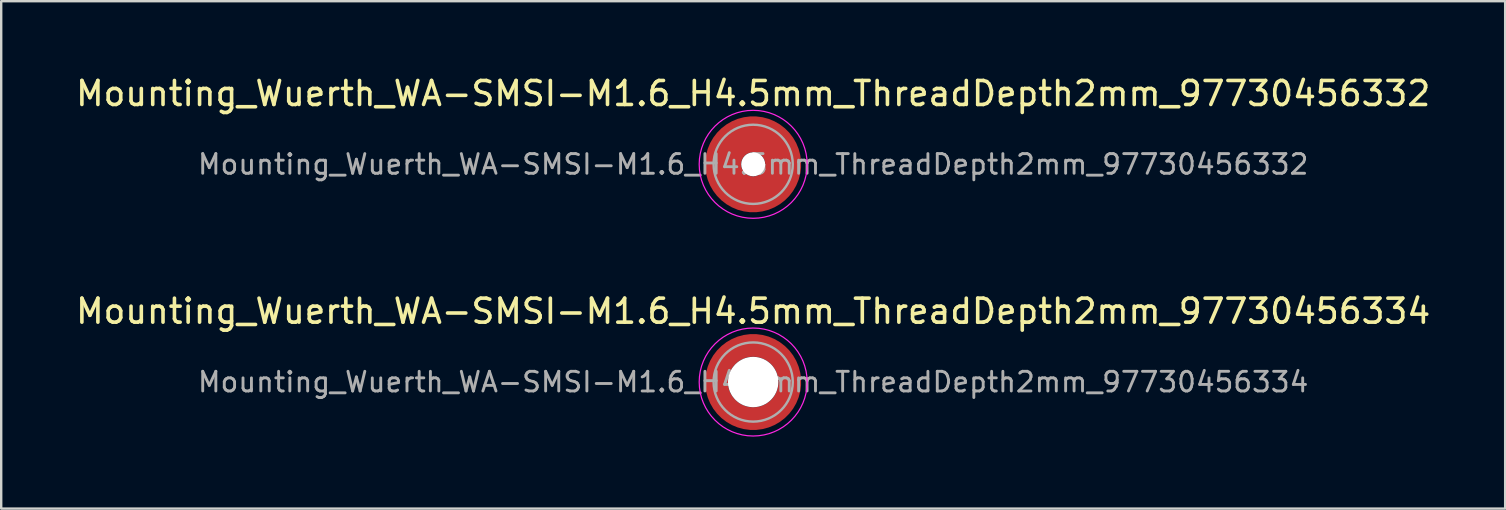
<source format=kicad_pcb>
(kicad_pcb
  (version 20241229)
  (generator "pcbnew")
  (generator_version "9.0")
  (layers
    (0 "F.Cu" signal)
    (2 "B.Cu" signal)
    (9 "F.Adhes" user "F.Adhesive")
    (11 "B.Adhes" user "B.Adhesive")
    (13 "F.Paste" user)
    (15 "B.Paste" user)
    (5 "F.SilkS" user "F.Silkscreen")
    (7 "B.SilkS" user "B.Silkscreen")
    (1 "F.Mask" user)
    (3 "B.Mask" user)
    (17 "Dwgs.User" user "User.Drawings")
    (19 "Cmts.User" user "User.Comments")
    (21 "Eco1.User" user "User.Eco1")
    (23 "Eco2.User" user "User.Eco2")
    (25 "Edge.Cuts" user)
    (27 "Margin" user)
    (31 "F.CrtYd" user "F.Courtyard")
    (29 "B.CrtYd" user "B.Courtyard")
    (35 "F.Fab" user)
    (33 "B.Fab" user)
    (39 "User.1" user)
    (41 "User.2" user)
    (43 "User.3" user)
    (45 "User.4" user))
  (footprint "Mounting_Wuerth_WA-SMSI-M1.6_H4.5mm_ThreadDepth2mm_97730456334"
    (layer "F.Cu")
    (at 28.339 12.871)
    (property "Reference" "Mounting_Wuerth_WA-SMSI-M1.6_H4.5mm_ThreadDepth2mm_97730456334" (at 0 -2.95 0) (layer "F.SilkS") (effects (font (size 1 1) (thickness 0.15))))
    (attr smd)
    (fp_circle (center 0 0) (end 2.25 0) (stroke (width 0.05) (type solid)) (fill no) (layer "F.CrtYd"))
    (fp_circle (center 0 0) (end 1.65 0) (stroke (width 0.1) (type solid)) (fill no) (layer "F.Fab"))
    (fp_text user "${REFERENCE}" (at 0 0 0) (layer "F.Fab") (effects (font (size 0.82 0.82) (thickness 0.12))))
    (pad "" smd custom (at -1.061 -1.061) (size 0.4 0.4) (layers "F.Paste") (options (anchor circle)) (primitives (gr_arc (start -0.101235 0.76066) (mid 0.212132 0.212132) (end 0.76066 -0.101235) (width 0.2)) (gr_arc (start -0.204251 0.76066) (mid 0.141421 0.141421) (end 0.76066 -0.204251) (width 0.2)) (gr_arc (start -0.306819 0.76066) (mid 0.070711 0.070711) (end 0.76066 -0.306819) (width 0.2)) (gr_arc (start -0.409034 0.76066) (mid 0 0) (end 0.76066 -0.409034) (width 0.2)) (gr_arc (start -0.510963 0.76066) (mid -0.070711 -0.070711) (end 0.76066 -0.510963) (width 0.2)) (gr_arc (start -0.61266 0.76066) (mid -0.141421 -0.141421) (end 0.76066 -0.61266) (width 0.2)) (gr_arc (start -0.714164 0.76066) (mid -0.212132 -0.212132) (end 0.76066 -0.714164) (width 0.2)) (gr_line (start 0.761 -0.101) (end 0.761 -0.714) (width 0.2)) (gr_line (start -0.101 0.761) (end -0.714 0.761) (width 0.2))))
    (pad "" smd custom (at -1.061 1.061) (size 0.4 0.4) (layers "F.Paste") (options (anchor circle)) (primitives (gr_arc (start 0.76066 0.101235) (mid 0.212132 -0.212132) (end -0.101235 -0.76066) (width 0.2)) (gr_arc (start 0.76066 0.204251) (mid 0.141421 -0.141421) (end -0.204251 -0.76066) (width 0.2)) (gr_arc (start 0.76066 0.306819) (mid 0.070711 -0.070711) (end -0.306819 -0.76066) (width 0.2)) (gr_arc (start 0.76066 0.409034) (mid 0 0) (end -0.409034 -0.76066) (width 0.2)) (gr_arc (start 0.76066 0.510963) (mid -0.070711 0.070711) (end -0.510963 -0.76066) (width 0.2)) (gr_arc (start 0.76066 0.61266) (mid -0.141421 0.141421) (end -0.61266 -0.76066) (width 0.2)) (gr_arc (start 0.76066 0.714164) (mid -0.212132 0.212132) (end -0.714164 -0.76066) (width 0.2)) (gr_line (start -0.101 -0.761) (end -0.714 -0.761) (width 0.2)) (gr_line (start 0.761 0.101) (end 0.761 0.714) (width 0.2))))
    (pad "" np_thru_hole circle (at 0 0) (size 2.1 2.1) (drill 2.1) (layers "*.Cu" "*.Mask"))
    (pad "" smd custom (at 1.061 -1.061) (size 0.4 0.4) (layers "F.Paste") (options (anchor circle)) (primitives (gr_arc (start -0.76066 -0.101235) (mid -0.212132 0.212132) (end 0.101235 0.76066) (width 0.2)) (gr_arc (start -0.76066 -0.204251) (mid -0.141421 0.141421) (end 0.204251 0.76066) (width 0.2)) (gr_arc (start -0.76066 -0.306819) (mid -0.070711 0.070711) (end 0.306819 0.76066) (width 0.2)) (gr_arc (start -0.76066 -0.409034) (mid 0 0) (end 0.409034 0.76066) (width 0.2)) (gr_arc (start -0.76066 -0.510963) (mid 0.070711 -0.070711) (end 0.510963 0.76066) (width 0.2)) (gr_arc (start -0.76066 -0.61266) (mid 0.141421 -0.141421) (end 0.61266 0.76066) (width 0.2)) (gr_arc (start -0.76066 -0.714164) (mid 0.212132 -0.212132) (end 0.714164 0.76066) (width 0.2)) (gr_line (start 0.101 0.761) (end 0.714 0.761) (width 0.2)) (gr_line (start -0.761 -0.101) (end -0.761 -0.714) (width 0.2))))
    (pad "" smd custom (at 1.061 1.061) (size 0.4 0.4) (layers "F.Paste") (options (anchor circle)) (primitives (gr_arc (start 0.101235 -0.76066) (mid -0.212132 -0.212132) (end -0.76066 0.101235) (width 0.2)) (gr_arc (start 0.204251 -0.76066) (mid -0.141421 -0.141421) (end -0.76066 0.204251) (width 0.2)) (gr_arc (start 0.306819 -0.76066) (mid -0.070711 -0.070711) (end -0.76066 0.306819) (width 0.2)) (gr_arc (start 0.409034 -0.76066) (mid 0 0) (end -0.76066 0.409034) (width 0.2)) (gr_arc (start 0.510963 -0.76066) (mid 0.070711 0.070711) (end -0.76066 0.510963) (width 0.2)) (gr_arc (start 0.61266 -0.76066) (mid 0.141421 0.141421) (end -0.76066 0.61266) (width 0.2)) (gr_arc (start 0.714164 -0.76066) (mid 0.212132 0.212132) (end -0.76066 0.714164) (width 0.2)) (gr_line (start -0.761 0.101) (end -0.761 0.714) (width 0.2)) (gr_line (start 0.101 -0.761) (end 0.714 -0.761) (width 0.2))))
    (pad "1" smd circle (at -1.525 0) (size 0.55 0.55) (layers "F.Cu"))
    (pad "1" smd circle (at 0 -1.525) (size 0.55 0.55) (layers "F.Cu"))
    (pad "1" smd circle (at 0 1.525) (size 0.55 0.55) (layers "F.Cu"))
    (pad "1" smd custom (at 1.525 0) (size 0.55 0.55) (layers "F.Cu" "F.Mask") (options (anchor circle)) (primitives (gr_circle (center -1.525 0) (end 0 0) (width 0.95) (fill no)))))
  (footprint "Mounting_Wuerth_WA-SMSI-M1.6_H4.5mm_ThreadDepth2mm_97730456332"
    (layer "F.Cu")
    (at 28.339 3.798)
    (property "Reference" "Mounting_Wuerth_WA-SMSI-M1.6_H4.5mm_ThreadDepth2mm_97730456332" (at 0 -2.95 0) (layer "F.SilkS") (effects (font (size 1 1) (thickness 0.15))))
    (attr smd)
    (fp_circle (center 0 0) (end 2.25 0) (stroke (width 0.05) (type solid)) (fill no) (layer "F.CrtYd"))
    (fp_circle (center 0 0) (end 1.65 0) (stroke (width 0.1) (type solid)) (fill no) (layer "F.Fab"))
    (fp_text user "${REFERENCE}" (at 0 0 0) (layer "F.Fab") (effects (font (size 0.82 0.82) (thickness 0.12))))
    (pad "" smd custom (at 0 -1.25) (size 0.9 0.9) (layers "F.Paste") (options (anchor circle)) (primitives (gr_arc (start -0.259808 0.6) (mid 0 0.55) (end 0.259807 0.6) (width 0.2)) (gr_arc (start -0.466369 0.6) (mid 0 0.45) (end 0.466369 0.6) (width 0.2)) (gr_arc (start -0.622495 0.6) (mid 0 0.35) (end 0.622495 0.6) (width 0.2)) (gr_arc (start -0.759934 0.6) (mid 0 0.25) (end 0.759934 0.6) (width 0.2)) (gr_arc (start -0.887412 0.6) (mid 0 0.15) (end 0.887412 0.6) (width 0.2)) (gr_arc (start -1.008712 0.6) (mid 0 0.05) (end 1.008712 0.6) (width 0.2)) (gr_arc (start -1.125833 0.6) (mid 0 -0.05) (end 1.125833 0.6) (width 0.2)) (gr_arc (start -1.23996 0.6) (mid 0 -0.15) (end 1.23996 0.6) (width 0.2)) (gr_arc (start -1.351851 0.6) (mid 0 -0.25) (end 1.351851 0.6) (width 0.2)) (gr_arc (start -1.462019 0.6) (mid 0 -0.35) (end 1.462019 0.6) (width 0.2)) (gr_arc (start -1.570828 0.6) (mid 0 -0.45) (end 1.570828 0.6) (width 0.2)) (gr_arc (start -1.678541 0.6) (mid 0 -0.55) (end 1.678541 0.6) (width 0.2)) (gr_line (start 0.26 0.6) (end 1.679 0.6) (width 0.2)) (gr_line (start -0.26 0.6) (end -1.679 0.6) (width 0.2))))
    (pad "" np_thru_hole circle (at 0 0) (size 1 1) (drill 1) (layers "*.Cu" "*.Mask"))
    (pad "" smd custom (at 0 1.25) (size 0.9 0.9) (layers "F.Paste") (options (anchor circle)) (primitives (gr_arc (start 0.259808 -0.6) (mid 0 -0.55) (end -0.259807 -0.6) (width 0.2)) (gr_arc (start 0.466369 -0.6) (mid 0 -0.45) (end -0.466369 -0.6) (width 0.2)) (gr_arc (start 0.622495 -0.6) (mid 0 -0.35) (end -0.622495 -0.6) (width 0.2)) (gr_arc (start 0.759934 -0.6) (mid 0 -0.25) (end -0.759934 -0.6) (width 0.2)) (gr_arc (start 0.887412 -0.6) (mid 0 -0.15) (end -0.887412 -0.6) (width 0.2)) (gr_arc (start 1.008712 -0.6) (mid 0 -0.05) (end -1.008712 -0.6) (width 0.2)) (gr_arc (start 1.125833 -0.6) (mid 0 0.05) (end -1.125833 -0.6) (width 0.2)) (gr_arc (start 1.23996 -0.6) (mid 0 0.15) (end -1.23996 -0.6) (width 0.2)) (gr_arc (start 1.351851 -0.6) (mid 0 0.25) (end -1.351851 -0.6) (width 0.2)) (gr_arc (start 1.462019 -0.6) (mid 0 0.35) (end -1.462019 -0.6) (width 0.2)) (gr_arc (start 1.570828 -0.6) (mid 0 0.45) (end -1.570828 -0.6) (width 0.2)) (gr_arc (start 1.678541 -0.6) (mid 0 0.55) (end -1.678541 -0.6) (width 0.2)) (gr_line (start -0.26 -0.6) (end -1.679 -0.6) (width 0.2)) (gr_line (start 0.26 -0.6) (end 1.679 -0.6) (width 0.2))))
    (pad "1" smd circle (at -1.25 0) (size 1.1 1.1) (layers "F.Cu"))
    (pad "1" smd circle (at 0 -1.25) (size 1.1 1.1) (layers "F.Cu"))
    (pad "1" smd circle (at 0 1.25) (size 1.1 1.1) (layers "F.Cu"))
    (pad "1" smd custom (at 1.25 0) (size 1.1 1.1) (layers "F.Cu" "F.Mask") (options (anchor circle)) (primitives (gr_circle (center -1.25 0) (end 0 0) (width 1.5) (fill no)))))
  (gr_rect
    (start -3 -3)
    (end 59.679 18.146)
    (stroke (width 0.1) (type default))
    (fill no)
    (layer "Edge.Cuts")))
</source>
